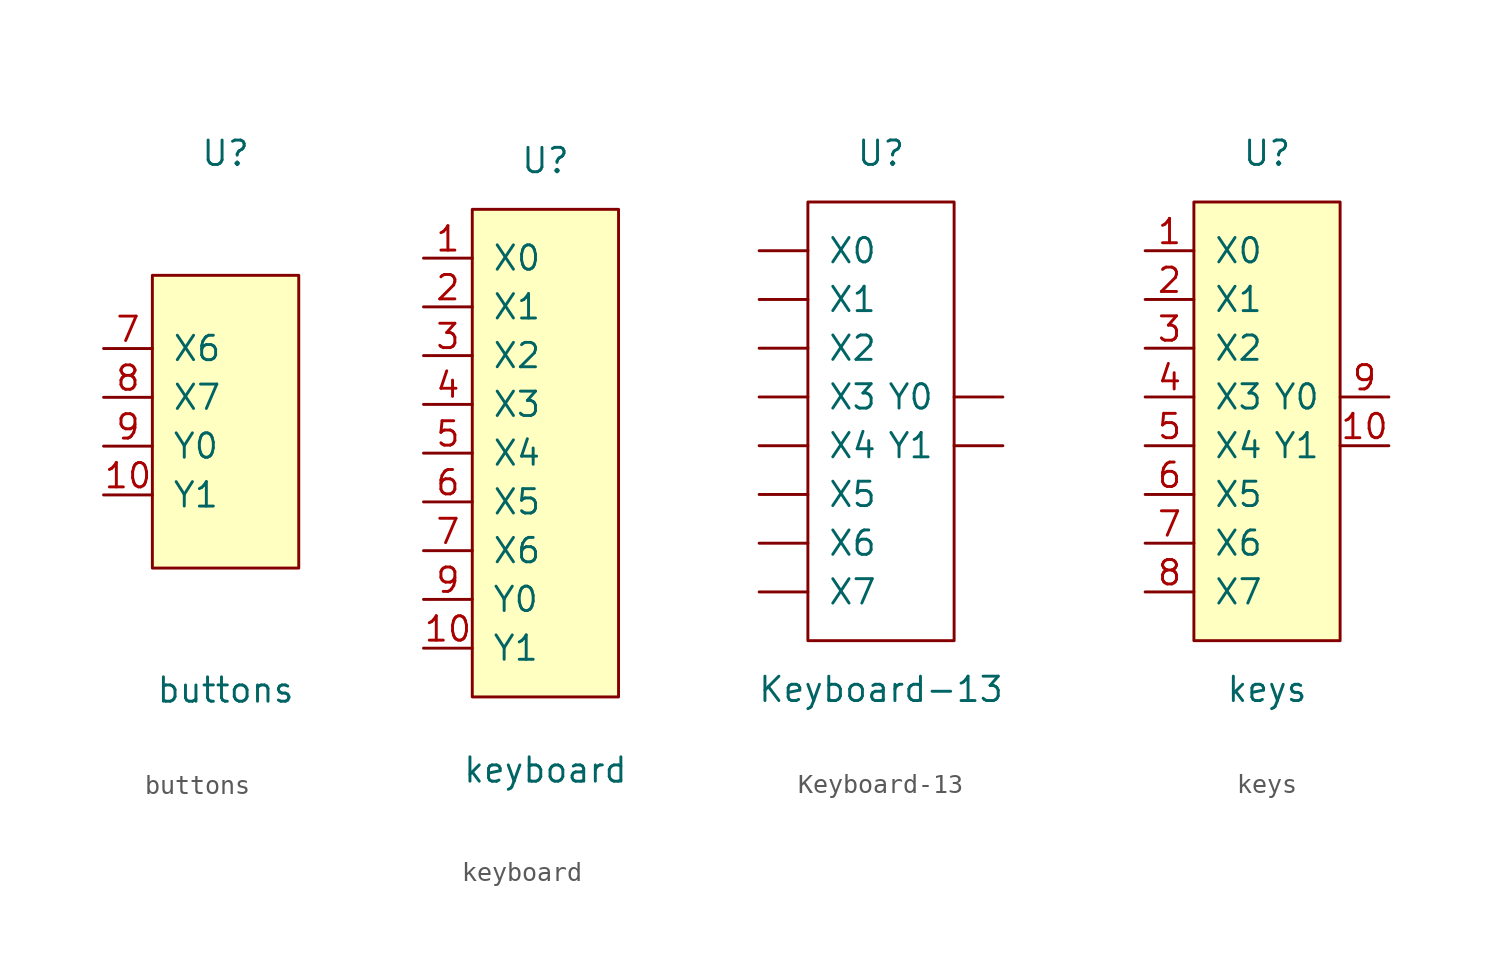
<source format=kicad_sym>
(kicad_symbol_lib
  (version 20201005)
  (generator kicad_symbol_editor)
  (symbol "keyboard-13:buttons"
    (pin_names
      (offset 1.016))
    (property "Reference" "U"
      (at 0 13.97 0)
      (effects (font (size 1.27 1.27))))
    (property "Value" "buttons"
      (at 0 -13.97 0)
      (effects (font (size 1.27 1.27))))
    (symbol "buttons_0_1"
      (rectangle (start -3.81 7.62) (end 3.81 -7.62) (stroke (width 0)) (fill (type background))))
    (symbol "buttons_1_1"
      (pin input line (at -6.35 -3.81 0) (length 2.54) (name "Y1" (effects (font (size 1.27 1.27)))) (number "10" (effects (font (size 1.27 1.27)))))
      (pin input line (at -6.35 3.81 0) (length 2.54) (name "X6" (effects (font (size 1.27 1.27)))) (number "7" (effects (font (size 1.27 1.27)))))
      (pin input line (at -6.35 1.27 0) (length 2.54) (name "X7" (effects (font (size 1.27 1.27)))) (number "8" (effects (font (size 1.27 1.27)))))
      (pin input line (at -6.35 -1.27 0) (length 2.54) (name "Y0" (effects (font (size 1.27 1.27)))) (number "9" (effects (font (size 1.27 1.27)))))))
  (symbol "keyboard-13:keyboard"
    (pin_names
      (offset 1.016))
    (property "Reference" "U"
      (at 0 15.24 0)
      (effects (font (size 1.27 1.27))))
    (property "Value" "keyboard"
      (at 0 -16.51 0)
      (effects (font (size 1.27 1.27))))
    (symbol "keyboard_0_1"
      (rectangle (start -3.81 12.7) (end 3.81 -12.7) (stroke (width 0)) (fill (type background))))
    (symbol "keyboard_1_1"
      (pin input line (at -6.35 10.16 0) (length 2.54) (name "X0" (effects (font (size 1.27 1.27)))) (number "1" (effects (font (size 1.27 1.27)))))
      (pin input line (at -6.35 -10.16 0) (length 2.54) (name "Y1" (effects (font (size 1.27 1.27)))) (number "10" (effects (font (size 1.27 1.27)))))
      (pin input line (at -6.35 7.62 0) (length 2.54) (name "X1" (effects (font (size 1.27 1.27)))) (number "2" (effects (font (size 1.27 1.27)))))
      (pin input line (at -6.35 5.08 0) (length 2.54) (name "X2" (effects (font (size 1.27 1.27)))) (number "3" (effects (font (size 1.27 1.27)))))
      (pin input line (at -6.35 2.54 0) (length 2.54) (name "X3" (effects (font (size 1.27 1.27)))) (number "4" (effects (font (size 1.27 1.27)))))
      (pin input line (at -6.35 0 0) (length 2.54) (name "X4" (effects (font (size 1.27 1.27)))) (number "5" (effects (font (size 1.27 1.27)))))
      (pin input line (at -6.35 -2.54 0) (length 2.54) (name "X5" (effects (font (size 1.27 1.27)))) (number "6" (effects (font (size 1.27 1.27)))))
      (pin input line (at -6.35 -5.08 0) (length 2.54) (name "X6" (effects (font (size 1.27 1.27)))) (number "7" (effects (font (size 1.27 1.27)))))
      (pin input line (at -6.35 -7.62 0) (length 2.54) (name "Y0" (effects (font (size 1.27 1.27)))) (number "9" (effects (font (size 1.27 1.27)))))))
  (symbol "keyboard-13:Keyboard-13"
    (pin_names
      (offset 1.016))
    (property "Reference" "U"
      (at 0 13.97 0)
      (effects (font (size 1.27 1.27))))
    (property "Value" "Keyboard-13"
      (at 0 -13.97 0)
      (effects (font (size 1.27 1.27))))
    (symbol "Keyboard-13_0_1"
      (rectangle (start -3.81 11.43) (end 3.81 -11.43) (stroke (width 0)) (fill (type none))))
    (symbol "Keyboard-13_1_1"
      (pin input line (at -6.35 8.89 0) (length 2.54) (name "X0" (effects (font (size 1.27 1.27)))) (number "~" (effects (font (size 1.27 1.27)))))
      (pin input line (at -6.35 6.35 0) (length 2.54) (name "X1" (effects (font (size 1.27 1.27)))) (number "~" (effects (font (size 1.27 1.27)))))
      (pin input line (at -6.35 3.81 0) (length 2.54) (name "X2" (effects (font (size 1.27 1.27)))) (number "~" (effects (font (size 1.27 1.27)))))
      (pin input line (at -6.35 1.27 0) (length 2.54) (name "X3" (effects (font (size 1.27 1.27)))) (number "~" (effects (font (size 1.27 1.27)))))
      (pin input line (at -6.35 -1.27 0) (length 2.54) (name "X4" (effects (font (size 1.27 1.27)))) (number "~" (effects (font (size 1.27 1.27)))))
      (pin input line (at -6.35 -3.81 0) (length 2.54) (name "X5" (effects (font (size 1.27 1.27)))) (number "~" (effects (font (size 1.27 1.27)))))
      (pin input line (at -6.35 -6.35 0) (length 2.54) (name "X6" (effects (font (size 1.27 1.27)))) (number "~" (effects (font (size 1.27 1.27)))))
      (pin input line (at -6.35 -8.89 0) (length 2.54) (name "X7" (effects (font (size 1.27 1.27)))) (number "~" (effects (font (size 1.27 1.27)))))
      (pin input line (at 6.35 1.27 180) (length 2.54) (name "Y0" (effects (font (size 1.27 1.27)))) (number "~" (effects (font (size 1.27 1.27)))))
      (pin input line (at 6.35 -1.27 180) (length 2.54) (name "Y1" (effects (font (size 1.27 1.27)))) (number "~" (effects (font (size 1.27 1.27)))))))
  (symbol "keyboard-13:keys"
    (pin_names
      (offset 1.016))
    (property "Reference" "U"
      (at 0 13.97 0)
      (effects (font (size 1.27 1.27))))
    (property "Value" "keys"
      (at 0 -13.97 0)
      (effects (font (size 1.27 1.27))))
    (symbol "keys_0_1"
      (rectangle (start -3.81 11.43) (end 3.81 -11.43) (stroke (width 0)) (fill (type background))))
    (symbol "keys_1_1"
      (pin input line (at -6.35 8.89 0) (length 2.54) (name "X0" (effects (font (size 1.27 1.27)))) (number "1" (effects (font (size 1.27 1.27)))))
      (pin input line (at 6.35 -1.27 180) (length 2.54) (name "Y1" (effects (font (size 1.27 1.27)))) (number "10" (effects (font (size 1.27 1.27)))))
      (pin input line (at -6.35 6.35 0) (length 2.54) (name "X1" (effects (font (size 1.27 1.27)))) (number "2" (effects (font (size 1.27 1.27)))))
      (pin input line (at -6.35 3.81 0) (length 2.54) (name "X2" (effects (font (size 1.27 1.27)))) (number "3" (effects (font (size 1.27 1.27)))))
      (pin input line (at -6.35 1.27 0) (length 2.54) (name "X3" (effects (font (size 1.27 1.27)))) (number "4" (effects (font (size 1.27 1.27)))))
      (pin input line (at -6.35 -1.27 0) (length 2.54) (name "X4" (effects (font (size 1.27 1.27)))) (number "5" (effects (font (size 1.27 1.27)))))
      (pin input line (at -6.35 -3.81 0) (length 2.54) (name "X5" (effects (font (size 1.27 1.27)))) (number "6" (effects (font (size 1.27 1.27)))))
      (pin input line (at -6.35 -6.35 0) (length 2.54) (name "X6" (effects (font (size 1.27 1.27)))) (number "7" (effects (font (size 1.27 1.27)))))
      (pin input line (at -6.35 -8.89 0) (length 2.54) (name "X7" (effects (font (size 1.27 1.27)))) (number "8" (effects (font (size 1.27 1.27)))))
      (pin input line (at 6.35 1.27 180) (length 2.54) (name "Y0" (effects (font (size 1.27 1.27)))) (number "9" (effects (font (size 1.27 1.27))))))))
</source>
